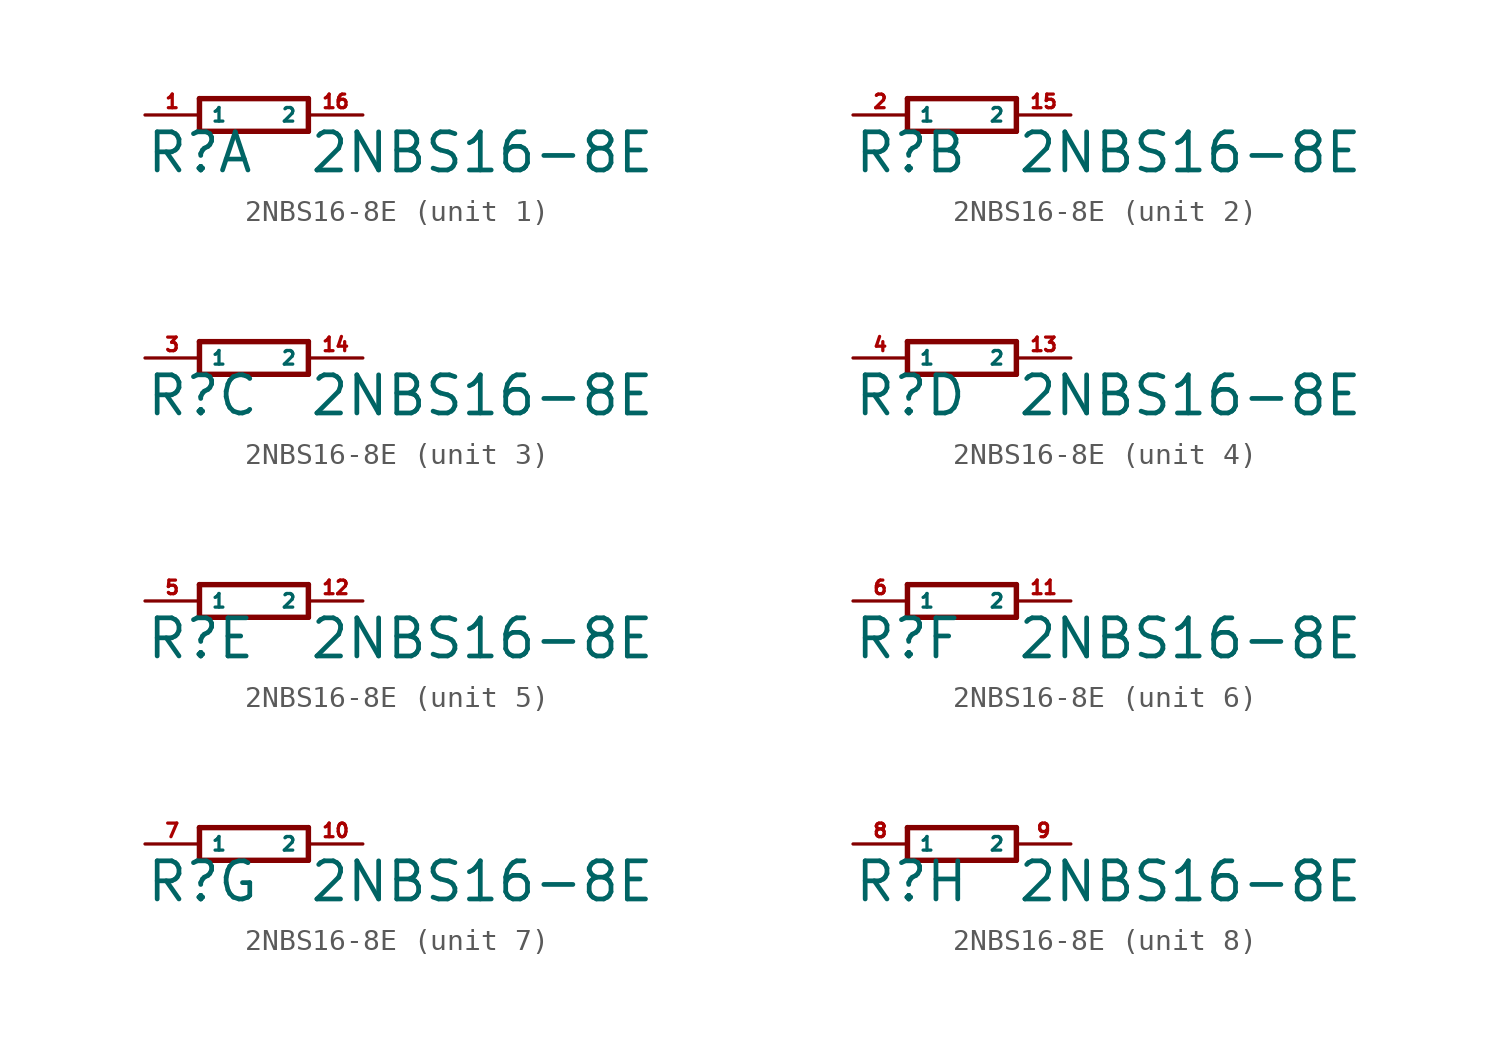
<source format=kicad_sym>
(kicad_symbol_lib
  (version 20220914)
  (generator Eagle2Kicad)
  (symbol "2NBS16-8E"
    (property "Reference" "R"
      (at -5.08 -2.794 0)
      (effects (font (size 1.778 1.778) (thickness 0.22)) (justify left bottom)))
    (property "Value" "2NBS16-8E"
      (at 2.54 -2.794 0)
      (effects (font (size 1.778 1.778) (thickness 0.22)) (justify left bottom)))
    (symbol "2NBS16-8E_1_0"
      (polyline (pts (xy -2.54 -0.762) (xy 2.54 -0.762)) (stroke (width 0.254) (type default)) (fill (type none)))
      (polyline (pts (xy 2.54 0.762) (xy -2.54 0.762)) (stroke (width 0.254) (type default)) (fill (type none)))
      (polyline (pts (xy 2.54 -0.762) (xy 2.54 0.762)) (stroke (width 0.254) (type default)) (fill (type none)))
      (polyline (pts (xy -2.54 0.762) (xy -2.54 -0.762)) (stroke (width 0.254) (type default)) (fill (type none)))
      (pin passive line (at -5.08 0 0) (length 2.54) (name "1" (effects (font (size 0.635 0.635) (thickness 0.08)) (justify left bottom))) (number "1" (effects (font (size 0.635 0.635) (thickness 0.08)) (justify left bottom))))
      (pin passive line (at 5.08 0 180) (length 2.54) (name "2" (effects (font (size 0.635 0.635) (thickness 0.08)) (justify left bottom))) (number "16" (effects (font (size 0.635 0.635) (thickness 0.08)) (justify left bottom)))))
    (symbol "2NBS16-8E_2_0"
      (polyline (pts (xy -2.54 -0.762) (xy 2.54 -0.762)) (stroke (width 0.254) (type default)) (fill (type none)))
      (polyline (pts (xy 2.54 0.762) (xy -2.54 0.762)) (stroke (width 0.254) (type default)) (fill (type none)))
      (polyline (pts (xy 2.54 -0.762) (xy 2.54 0.762)) (stroke (width 0.254) (type default)) (fill (type none)))
      (polyline (pts (xy -2.54 0.762) (xy -2.54 -0.762)) (stroke (width 0.254) (type default)) (fill (type none)))
      (pin passive line (at -5.08 0 0) (length 2.54) (name "1" (effects (font (size 0.635 0.635) (thickness 0.08)) (justify left bottom))) (number "2" (effects (font (size 0.635 0.635) (thickness 0.08)) (justify left bottom))))
      (pin passive line (at 5.08 0 180) (length 2.54) (name "2" (effects (font (size 0.635 0.635) (thickness 0.08)) (justify left bottom))) (number "15" (effects (font (size 0.635 0.635) (thickness 0.08)) (justify left bottom)))))
    (symbol "2NBS16-8E_3_0"
      (polyline (pts (xy -2.54 -0.762) (xy 2.54 -0.762)) (stroke (width 0.254) (type default)) (fill (type none)))
      (polyline (pts (xy 2.54 0.762) (xy -2.54 0.762)) (stroke (width 0.254) (type default)) (fill (type none)))
      (polyline (pts (xy 2.54 -0.762) (xy 2.54 0.762)) (stroke (width 0.254) (type default)) (fill (type none)))
      (polyline (pts (xy -2.54 0.762) (xy -2.54 -0.762)) (stroke (width 0.254) (type default)) (fill (type none)))
      (pin passive line (at -5.08 0 0) (length 2.54) (name "1" (effects (font (size 0.635 0.635) (thickness 0.08)) (justify left bottom))) (number "3" (effects (font (size 0.635 0.635) (thickness 0.08)) (justify left bottom))))
      (pin passive line (at 5.08 0 180) (length 2.54) (name "2" (effects (font (size 0.635 0.635) (thickness 0.08)) (justify left bottom))) (number "14" (effects (font (size 0.635 0.635) (thickness 0.08)) (justify left bottom)))))
    (symbol "2NBS16-8E_4_0"
      (polyline (pts (xy -2.54 -0.762) (xy 2.54 -0.762)) (stroke (width 0.254) (type default)) (fill (type none)))
      (polyline (pts (xy 2.54 0.762) (xy -2.54 0.762)) (stroke (width 0.254) (type default)) (fill (type none)))
      (polyline (pts (xy 2.54 -0.762) (xy 2.54 0.762)) (stroke (width 0.254) (type default)) (fill (type none)))
      (polyline (pts (xy -2.54 0.762) (xy -2.54 -0.762)) (stroke (width 0.254) (type default)) (fill (type none)))
      (pin passive line (at -5.08 0 0) (length 2.54) (name "1" (effects (font (size 0.635 0.635) (thickness 0.08)) (justify left bottom))) (number "4" (effects (font (size 0.635 0.635) (thickness 0.08)) (justify left bottom))))
      (pin passive line (at 5.08 0 180) (length 2.54) (name "2" (effects (font (size 0.635 0.635) (thickness 0.08)) (justify left bottom))) (number "13" (effects (font (size 0.635 0.635) (thickness 0.08)) (justify left bottom)))))
    (symbol "2NBS16-8E_5_0"
      (polyline (pts (xy -2.54 -0.762) (xy 2.54 -0.762)) (stroke (width 0.254) (type default)) (fill (type none)))
      (polyline (pts (xy 2.54 0.762) (xy -2.54 0.762)) (stroke (width 0.254) (type default)) (fill (type none)))
      (polyline (pts (xy 2.54 -0.762) (xy 2.54 0.762)) (stroke (width 0.254) (type default)) (fill (type none)))
      (polyline (pts (xy -2.54 0.762) (xy -2.54 -0.762)) (stroke (width 0.254) (type default)) (fill (type none)))
      (pin passive line (at -5.08 0 0) (length 2.54) (name "1" (effects (font (size 0.635 0.635) (thickness 0.08)) (justify left bottom))) (number "5" (effects (font (size 0.635 0.635) (thickness 0.08)) (justify left bottom))))
      (pin passive line (at 5.08 0 180) (length 2.54) (name "2" (effects (font (size 0.635 0.635) (thickness 0.08)) (justify left bottom))) (number "12" (effects (font (size 0.635 0.635) (thickness 0.08)) (justify left bottom)))))
    (symbol "2NBS16-8E_6_0"
      (polyline (pts (xy -2.54 -0.762) (xy 2.54 -0.762)) (stroke (width 0.254) (type default)) (fill (type none)))
      (polyline (pts (xy 2.54 0.762) (xy -2.54 0.762)) (stroke (width 0.254) (type default)) (fill (type none)))
      (polyline (pts (xy 2.54 -0.762) (xy 2.54 0.762)) (stroke (width 0.254) (type default)) (fill (type none)))
      (polyline (pts (xy -2.54 0.762) (xy -2.54 -0.762)) (stroke (width 0.254) (type default)) (fill (type none)))
      (pin passive line (at -5.08 0 0) (length 2.54) (name "1" (effects (font (size 0.635 0.635) (thickness 0.08)) (justify left bottom))) (number "6" (effects (font (size 0.635 0.635) (thickness 0.08)) (justify left bottom))))
      (pin passive line (at 5.08 0 180) (length 2.54) (name "2" (effects (font (size 0.635 0.635) (thickness 0.08)) (justify left bottom))) (number "11" (effects (font (size 0.635 0.635) (thickness 0.08)) (justify left bottom)))))
    (symbol "2NBS16-8E_7_0"
      (polyline (pts (xy -2.54 -0.762) (xy 2.54 -0.762)) (stroke (width 0.254) (type default)) (fill (type none)))
      (polyline (pts (xy 2.54 0.762) (xy -2.54 0.762)) (stroke (width 0.254) (type default)) (fill (type none)))
      (polyline (pts (xy 2.54 -0.762) (xy 2.54 0.762)) (stroke (width 0.254) (type default)) (fill (type none)))
      (polyline (pts (xy -2.54 0.762) (xy -2.54 -0.762)) (stroke (width 0.254) (type default)) (fill (type none)))
      (pin passive line (at -5.08 0 0) (length 2.54) (name "1" (effects (font (size 0.635 0.635) (thickness 0.08)) (justify left bottom))) (number "7" (effects (font (size 0.635 0.635) (thickness 0.08)) (justify left bottom))))
      (pin passive line (at 5.08 0 180) (length 2.54) (name "2" (effects (font (size 0.635 0.635) (thickness 0.08)) (justify left bottom))) (number "10" (effects (font (size 0.635 0.635) (thickness 0.08)) (justify left bottom)))))
    (symbol "2NBS16-8E_8_0"
      (polyline (pts (xy -2.54 -0.762) (xy 2.54 -0.762)) (stroke (width 0.254) (type default)) (fill (type none)))
      (polyline (pts (xy 2.54 0.762) (xy -2.54 0.762)) (stroke (width 0.254) (type default)) (fill (type none)))
      (polyline (pts (xy 2.54 -0.762) (xy 2.54 0.762)) (stroke (width 0.254) (type default)) (fill (type none)))
      (polyline (pts (xy -2.54 0.762) (xy -2.54 -0.762)) (stroke (width 0.254) (type default)) (fill (type none)))
      (pin passive line (at -5.08 0 0) (length 2.54) (name "1" (effects (font (size 0.635 0.635) (thickness 0.08)) (justify left bottom))) (number "8" (effects (font (size 0.635 0.635) (thickness 0.08)) (justify left bottom))))
      (pin passive line (at 5.08 0 180) (length 2.54) (name "2" (effects (font (size 0.635 0.635) (thickness 0.08)) (justify left bottom))) (number "9" (effects (font (size 0.635 0.635) (thickness 0.08)) (justify left bottom)))))))
</source>
